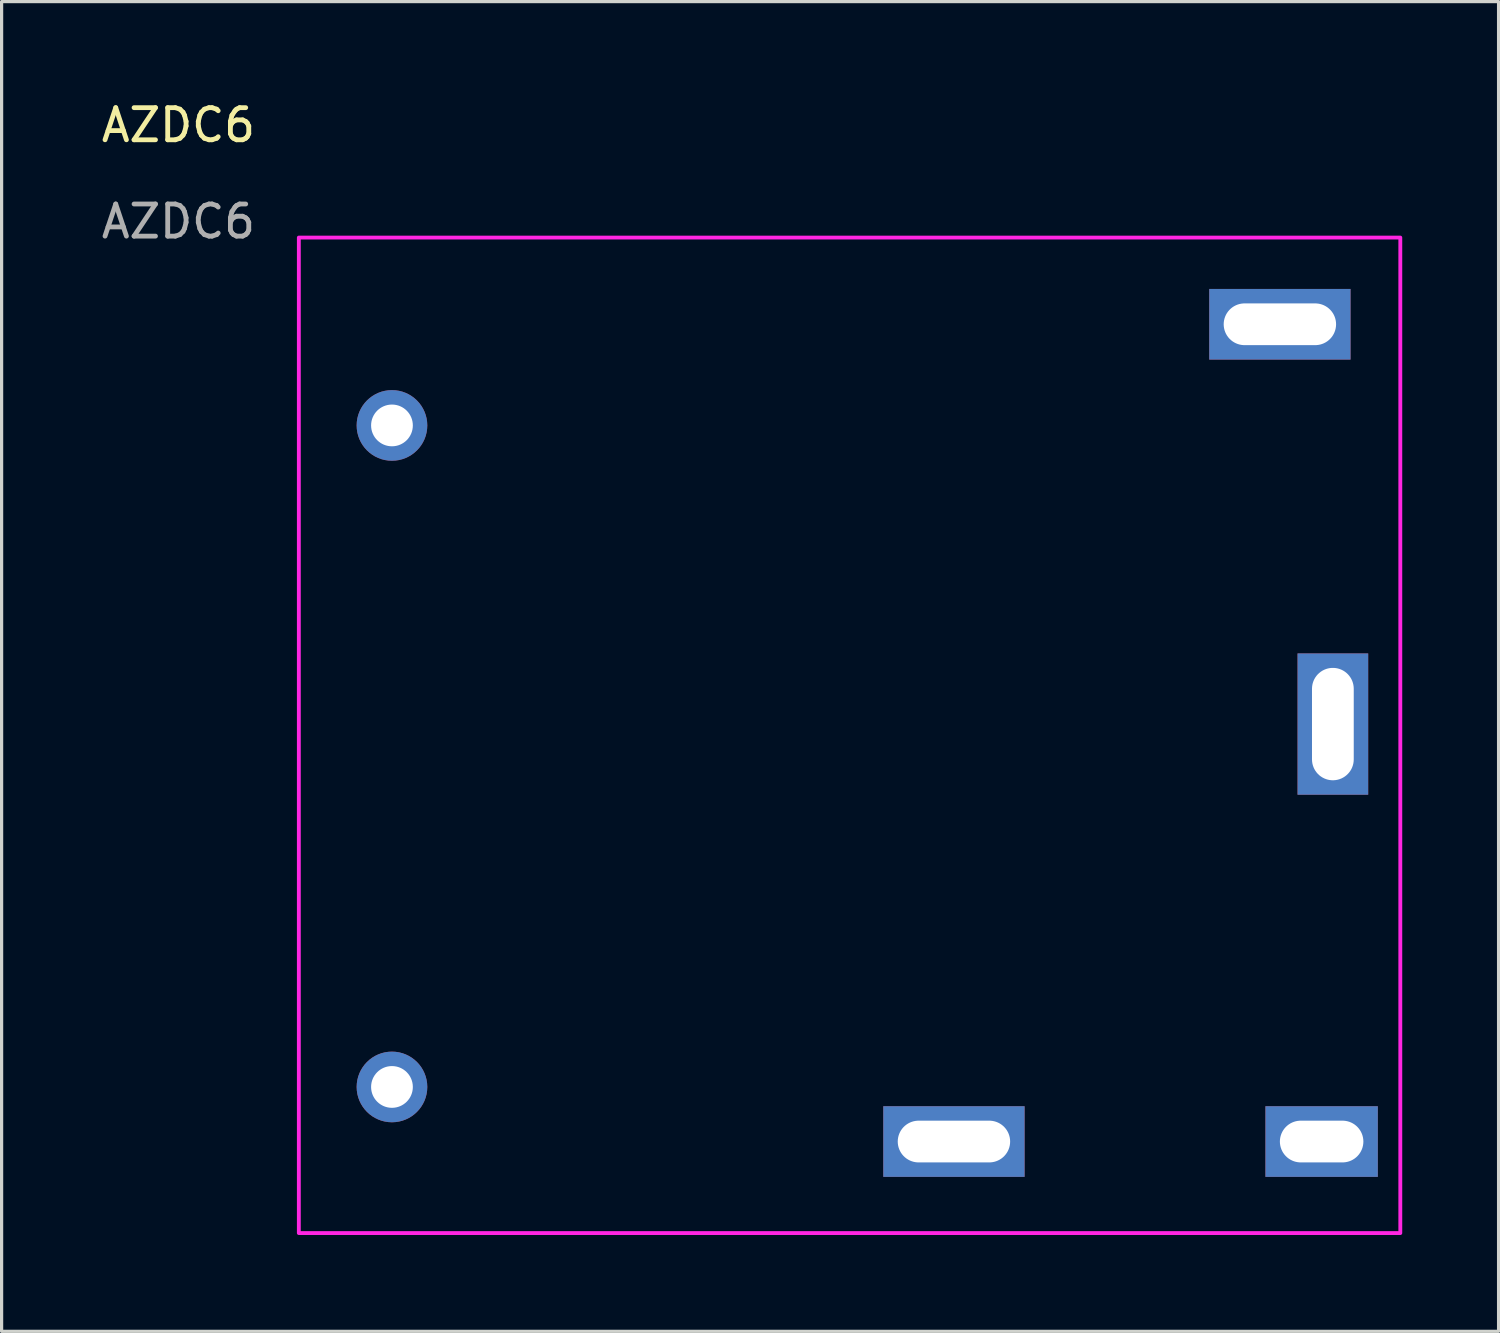
<source format=kicad_pcb>
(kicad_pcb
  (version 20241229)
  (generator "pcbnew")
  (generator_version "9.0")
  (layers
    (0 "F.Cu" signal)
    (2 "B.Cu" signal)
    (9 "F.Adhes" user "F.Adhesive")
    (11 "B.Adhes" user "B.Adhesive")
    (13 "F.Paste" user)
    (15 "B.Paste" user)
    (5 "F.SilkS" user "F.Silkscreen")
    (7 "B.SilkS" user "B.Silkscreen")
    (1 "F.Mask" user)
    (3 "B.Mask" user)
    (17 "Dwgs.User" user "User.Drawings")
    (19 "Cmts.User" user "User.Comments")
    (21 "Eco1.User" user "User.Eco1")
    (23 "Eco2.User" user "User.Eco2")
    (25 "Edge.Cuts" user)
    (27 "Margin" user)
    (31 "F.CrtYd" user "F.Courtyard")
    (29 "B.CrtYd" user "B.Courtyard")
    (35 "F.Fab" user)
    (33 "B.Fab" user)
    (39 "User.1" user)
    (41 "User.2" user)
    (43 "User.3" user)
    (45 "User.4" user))
  (footprint "AZDC6"
    (layer "F.Cu")
    (at 6.256 4.348)
    (property "Reference" "AZDC6" (at -3.75 -3.5 0) (unlocked yes) (layer "F.SilkS") (effects (font (size 1 1) (thickness 0.15))))
    (attr through_hole)
    (fp_rect (start 0 0) (end 34.3 31) (stroke (width 0.12) (type solid)) (fill no) (layer "F.CrtYd"))
    (fp_text user "${REFERENCE}" (at -3.75 -0.5 0) (unlocked yes) (layer "F.Fab") (effects (font (size 1 1) (thickness 0.15))))
    (pad "1" thru_hole rect (at 20.4 28.15 180) (size 4.4 2.2) (drill oval 3.5 1.3) (layers "*.Cu" "*.Mask"))
    (pad "2" thru_hole rect (at 32.2 15.15 90) (size 4.4 2.2) (drill oval 3.5 1.3) (layers "*.Cu" "*.Mask"))
    (pad "3" thru_hole rect (at 31.85 28.15 180) (size 3.5 2.2) (drill oval 2.6 1.3) (layers "*.Cu" "*.Mask"))
    (pad "4" thru_hole rect (at 30.55 2.7) (size 4.4 2.2) (drill oval 3.5 1.3) (layers "*.Cu" "*.Mask"))
    (pad "5" thru_hole circle (at 2.9 5.85) (size 2.2 2.2) (drill 1.3) (layers "*.Cu" "*.Mask"))
    (pad "6" thru_hole circle (at 2.9 26.45) (size 2.2 2.2) (drill 1.3) (layers "*.Cu" "*.Mask")))
  (gr_rect
    (start -3 -3)
    (end 43.616 38.408)
    (stroke (width 0.1) (type default))
    (fill no)
    (layer "Edge.Cuts")))
</source>
